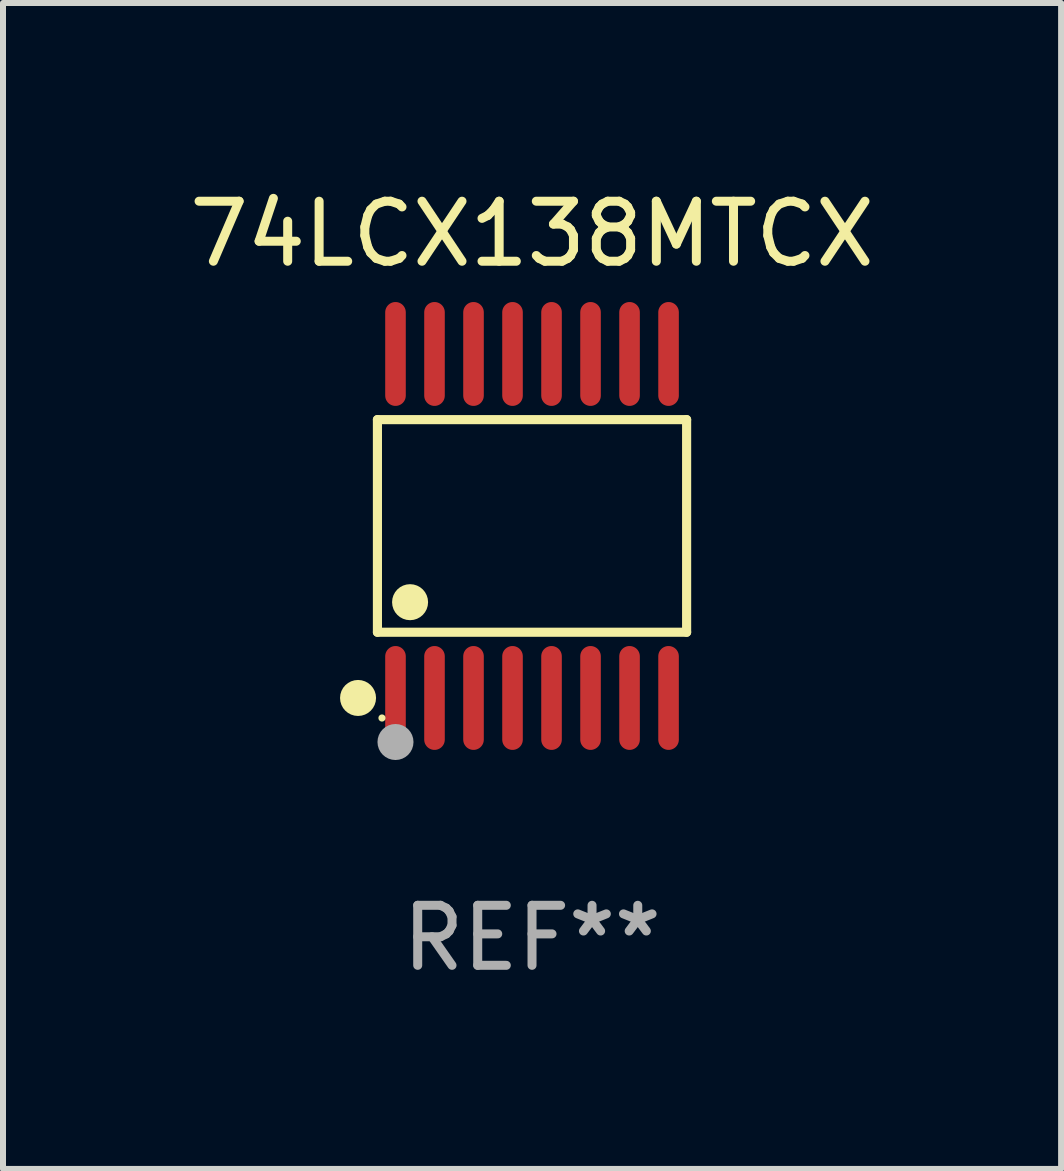
<source format=kicad_pcb>
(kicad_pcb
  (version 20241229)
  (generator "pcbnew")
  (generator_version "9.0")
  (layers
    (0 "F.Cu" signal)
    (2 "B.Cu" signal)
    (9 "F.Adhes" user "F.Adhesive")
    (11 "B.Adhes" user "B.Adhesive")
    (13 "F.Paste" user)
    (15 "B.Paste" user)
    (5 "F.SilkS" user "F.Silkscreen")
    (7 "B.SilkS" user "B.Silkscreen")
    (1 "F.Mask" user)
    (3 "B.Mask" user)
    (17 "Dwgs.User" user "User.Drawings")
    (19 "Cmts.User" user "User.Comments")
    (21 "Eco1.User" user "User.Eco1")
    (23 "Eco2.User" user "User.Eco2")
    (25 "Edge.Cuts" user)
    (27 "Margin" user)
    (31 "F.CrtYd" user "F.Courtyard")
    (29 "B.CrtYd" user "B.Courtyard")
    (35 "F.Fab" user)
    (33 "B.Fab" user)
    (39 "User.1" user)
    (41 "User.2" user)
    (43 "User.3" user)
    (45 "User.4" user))
  (footprint "74LCX138MTCX"
    (layer "F.Cu")
    (at 5.815 5.714)
    (property "Reference" "74LCX138MTCX" (at 0 -4.866 0) (layer "F.SilkS") (effects (font (size 1 1) (thickness 0.15))))
    (attr through_hole)
    (fp_line (start -2.576 -1.772) (end 2.576 -1.772) (stroke (width 0.152) (type solid)) (layer "F.SilkS"))
    (fp_line (start -2.576 1.771) (end -2.576 -1.772) (stroke (width 0.152) (type solid)) (layer "F.SilkS"))
    (fp_line (start 2.576 -1.772) (end 2.576 1.771) (stroke (width 0.152) (type solid)) (layer "F.SilkS"))
    (fp_line (start 2.576 1.771) (end -2.576 1.771) (stroke (width 0.152) (type solid)) (layer "F.SilkS"))
    (fp_circle (center -2.899 2.866) (end -2.749 2.866) (stroke (width 0.3) (type solid)) (fill no) (layer "F.SilkS"))
    (fp_circle (center -2.5 3.2) (end -2.47 3.2) (stroke (width 0.06) (type solid)) (fill no) (layer "F.SilkS"))
    (fp_circle (center -2.032 1.27) (end -1.882 1.27) (stroke (width 0.3) (type solid)) (fill no) (layer "F.SilkS"))
    (fp_circle (center -2.275 3.6) (end -2.125 3.6) (stroke (width 0.3) (type solid)) (fill no) (layer "F.Fab"))
    (fp_text user "REF**" (at 0 6.866 0) (layer "F.Fab") (effects (font (size 1 1) (thickness 0.15))))
    (pad "1" smd oval (at -2.275 2.866) (size 0.343 1.731) (layers "F.Cu" "F.Mask" "F.Paste"))
    (pad "2" smd oval (at -1.625 2.866) (size 0.343 1.731) (layers "F.Cu" "F.Mask" "F.Paste"))
    (pad "3" smd oval (at -0.975 2.866) (size 0.343 1.731) (layers "F.Cu" "F.Mask" "F.Paste"))
    (pad "4" smd oval (at -0.325 2.866) (size 0.343 1.731) (layers "F.Cu" "F.Mask" "F.Paste"))
    (pad "5" smd oval (at 0.325 2.866) (size 0.343 1.731) (layers "F.Cu" "F.Mask" "F.Paste"))
    (pad "6" smd oval (at 0.975 2.866) (size 0.343 1.731) (layers "F.Cu" "F.Mask" "F.Paste"))
    (pad "7" smd oval (at 1.625 2.866) (size 0.343 1.731) (layers "F.Cu" "F.Mask" "F.Paste"))
    (pad "8" smd oval (at 2.275 2.866) (size 0.343 1.731) (layers "F.Cu" "F.Mask" "F.Paste"))
    (pad "9" smd oval (at 2.275 -2.866) (size 0.343 1.731) (layers "F.Cu" "F.Mask" "F.Paste"))
    (pad "10" smd oval (at 1.625 -2.866) (size 0.343 1.731) (layers "F.Cu" "F.Mask" "F.Paste"))
    (pad "11" smd oval (at 0.975 -2.866) (size 0.343 1.731) (layers "F.Cu" "F.Mask" "F.Paste"))
    (pad "12" smd oval (at 0.325 -2.866) (size 0.343 1.731) (layers "F.Cu" "F.Mask" "F.Paste"))
    (pad "13" smd oval (at -0.325 -2.866) (size 0.343 1.731) (layers "F.Cu" "F.Mask" "F.Paste"))
    (pad "14" smd oval (at -0.975 -2.866) (size 0.343 1.731) (layers "F.Cu" "F.Mask" "F.Paste"))
    (pad "15" smd oval (at -1.625 -2.866) (size 0.343 1.731) (layers "F.Cu" "F.Mask" "F.Paste"))
    (pad "16" smd oval (at -2.275 -2.866) (size 0.343 1.731) (layers "F.Cu" "F.Mask" "F.Paste")))
  (gr_rect
    (start -3 -3)
    (end 14.631 16.428)
    (stroke (width 0.1) (type default))
    (fill no)
    (layer "Edge.Cuts")))
</source>
